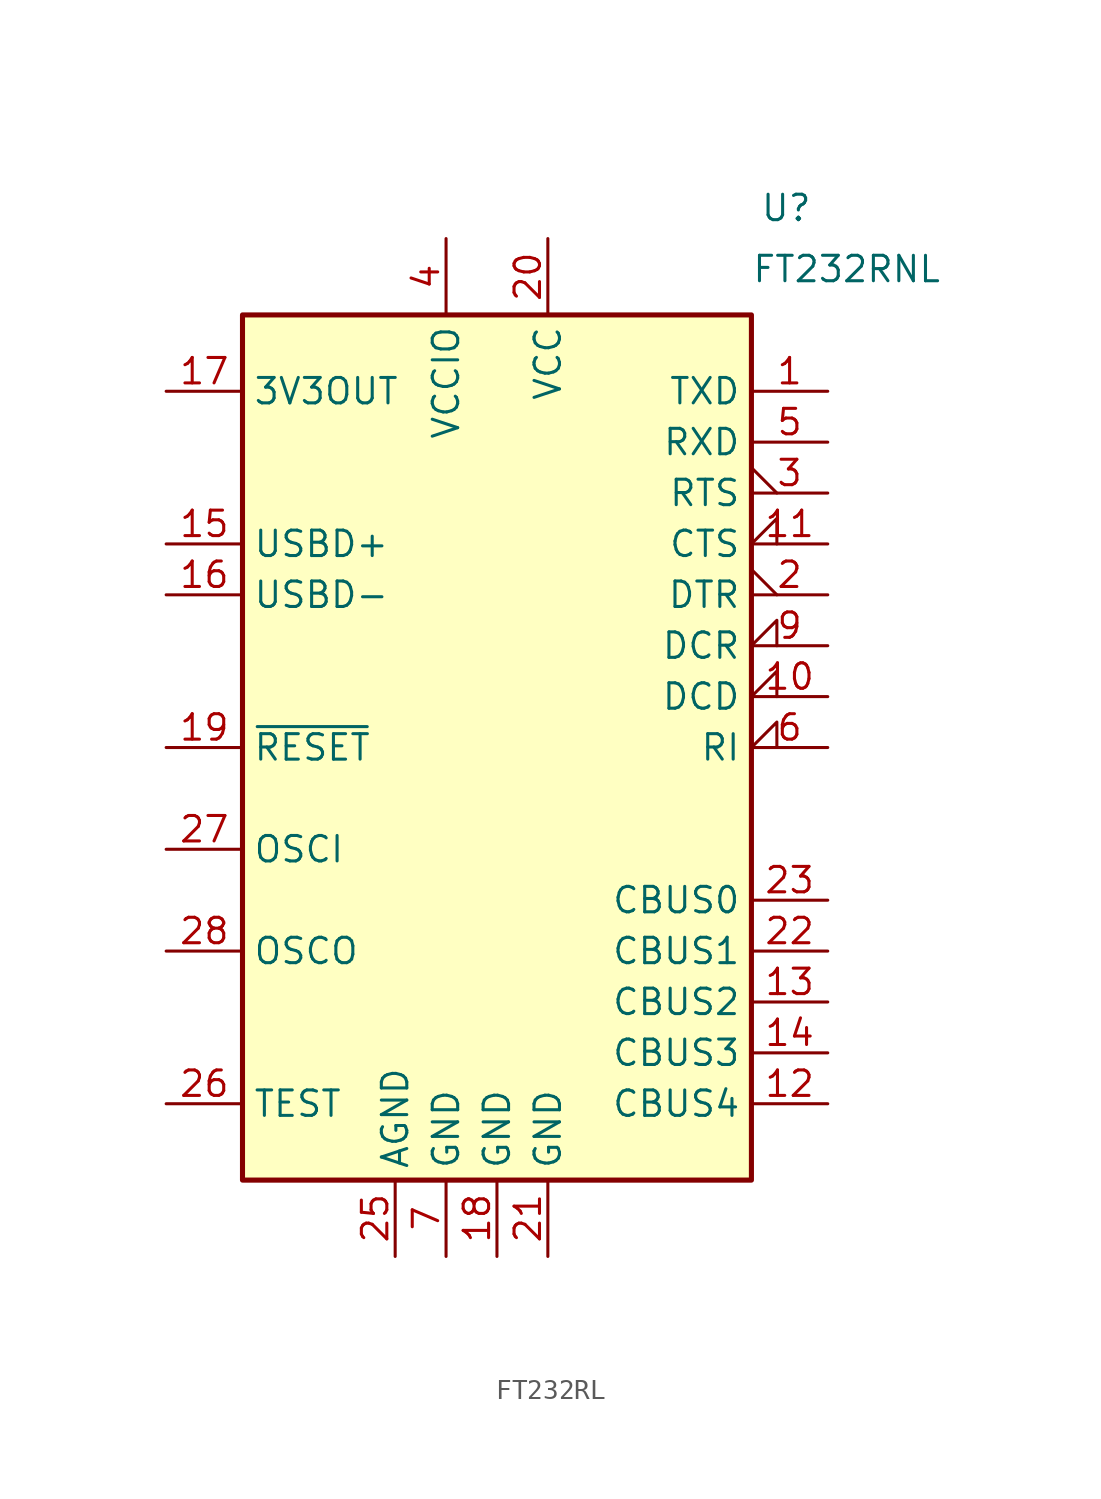
<source format=kicad_sym>
(kicad_symbol_lib
  (version 20241209)
  (generator "kicad_symbol_editor")
  (generator_version "9.0")
  (symbol "FT232RL"
    (property "Reference" "U"
      (at 15.748 26.924 0)
      (effects (font (size 1.27 1.27)) (justify right)))
    (property "Value" "FT232RNL"
      (at 12.7 23.876 0)
      (effects (font (size 1.27 1.27)) (justify left)))
    (symbol "FT232RL_0_0"
      (pin no_connect line (at 8.89 2.54 180) (length 2.54) (hide yes) (name "N.C." (effects (font (size 1.27 1.27)))) (number "8" (effects (font (size 1.27 1.27)))))
      (pin no_connect line (at 8.89 0 180) (length 2.54) (hide yes) (name "N.C." (effects (font (size 1.27 1.27)))) (number "24" (effects (font (size 1.27 1.27))))))
    (symbol "FT232RL_0_1"
      (rectangle (start -12.7 21.59) (end 12.7 -21.59) (stroke (width 0.254) (type default)) (fill (type background))))
    (symbol "FT232RL_1_1"
      (pin power_out line (at -16.51 17.78 0) (length 3.81) (name "3V3OUT" (effects (font (size 1.27 1.27)))) (number "17" (effects (font (size 1.27 1.27)))))
      (pin bidirectional line (at -16.51 10.16 0) (length 3.81) (name "USBD+" (effects (font (size 1.27 1.27)))) (number "15" (effects (font (size 1.27 1.27)))))
      (pin bidirectional line (at -16.51 7.62 0) (length 3.81) (name "USBD-" (effects (font (size 1.27 1.27)))) (number "16" (effects (font (size 1.27 1.27)))))
      (pin input line (at -16.51 0 0) (length 3.81) (name "~{RESET}" (effects (font (size 1.27 1.27)))) (number "19" (effects (font (size 1.27 1.27)))))
      (pin input line (at -16.51 -5.08 0) (length 3.81) (name "OSCI" (effects (font (size 1.27 1.27)))) (number "27" (effects (font (size 1.27 1.27)))))
      (pin output line (at -16.51 -10.16 0) (length 3.81) (name "OSCO" (effects (font (size 1.27 1.27)))) (number "28" (effects (font (size 1.27 1.27)))))
      (pin input line (at -16.51 -17.78 0) (length 3.81) (name "TEST" (effects (font (size 1.27 1.27)))) (number "26" (effects (font (size 1.27 1.27)))))
      (pin power_in line (at -5.08 -25.4 90) (length 3.81) (name "AGND" (effects (font (size 1.27 1.27)))) (number "25" (effects (font (size 1.27 1.27)))))
      (pin power_in line (at -2.54 25.4 270) (length 3.81) (name "VCCIO" (effects (font (size 1.27 1.27)))) (number "4" (effects (font (size 1.27 1.27)))))
      (pin power_in line (at -2.54 -25.4 90) (length 3.81) (name "GND" (effects (font (size 1.27 1.27)))) (number "7" (effects (font (size 1.27 1.27)))))
      (pin power_in line (at 0 -25.4 90) (length 3.81) (name "GND" (effects (font (size 1.27 1.27)))) (number "18" (effects (font (size 1.27 1.27)))))
      (pin power_in line (at 2.54 25.4 270) (length 3.81) (name "VCC" (effects (font (size 1.27 1.27)))) (number "20" (effects (font (size 1.27 1.27)))))
      (pin power_in line (at 2.54 -25.4 90) (length 3.81) (name "GND" (effects (font (size 1.27 1.27)))) (number "21" (effects (font (size 1.27 1.27)))))
      (pin output line (at 16.51 17.78 180) (length 3.81) (name "TXD" (effects (font (size 1.27 1.27)))) (number "1" (effects (font (size 1.27 1.27)))))
      (pin input line (at 16.51 15.24 180) (length 3.81) (name "RXD" (effects (font (size 1.27 1.27)))) (number "5" (effects (font (size 1.27 1.27)))))
      (pin output output_low (at 16.51 12.7 180) (length 3.81) (name "RTS" (effects (font (size 1.27 1.27)))) (number "3" (effects (font (size 1.27 1.27)))))
      (pin input input_low (at 16.51 10.16 180) (length 3.81) (name "CTS" (effects (font (size 1.27 1.27)))) (number "11" (effects (font (size 1.27 1.27)))))
      (pin output output_low (at 16.51 7.62 180) (length 3.81) (name "DTR" (effects (font (size 1.27 1.27)))) (number "2" (effects (font (size 1.27 1.27)))))
      (pin input input_low (at 16.51 5.08 180) (length 3.81) (name "DCR" (effects (font (size 1.27 1.27)))) (number "9" (effects (font (size 1.27 1.27)))))
      (pin input input_low (at 16.51 2.54 180) (length 3.81) (name "DCD" (effects (font (size 1.27 1.27)))) (number "10" (effects (font (size 1.27 1.27)))))
      (pin input input_low (at 16.51 0 180) (length 3.81) (name "RI" (effects (font (size 1.27 1.27)))) (number "6" (effects (font (size 1.27 1.27)))))
      (pin bidirectional line (at 16.51 -7.62 180) (length 3.81) (name "CBUS0" (effects (font (size 1.27 1.27)))) (number "23" (effects (font (size 1.27 1.27)))))
      (pin bidirectional line (at 16.51 -10.16 180) (length 3.81) (name "CBUS1" (effects (font (size 1.27 1.27)))) (number "22" (effects (font (size 1.27 1.27)))))
      (pin bidirectional line (at 16.51 -12.7 180) (length 3.81) (name "CBUS2" (effects (font (size 1.27 1.27)))) (number "13" (effects (font (size 1.27 1.27)))))
      (pin bidirectional line (at 16.51 -15.24 180) (length 3.81) (name "CBUS3" (effects (font (size 1.27 1.27)))) (number "14" (effects (font (size 1.27 1.27)))))
      (pin bidirectional line (at 16.51 -17.78 180) (length 3.81) (name "CBUS4" (effects (font (size 1.27 1.27)))) (number "12" (effects (font (size 1.27 1.27))))))))
</source>
